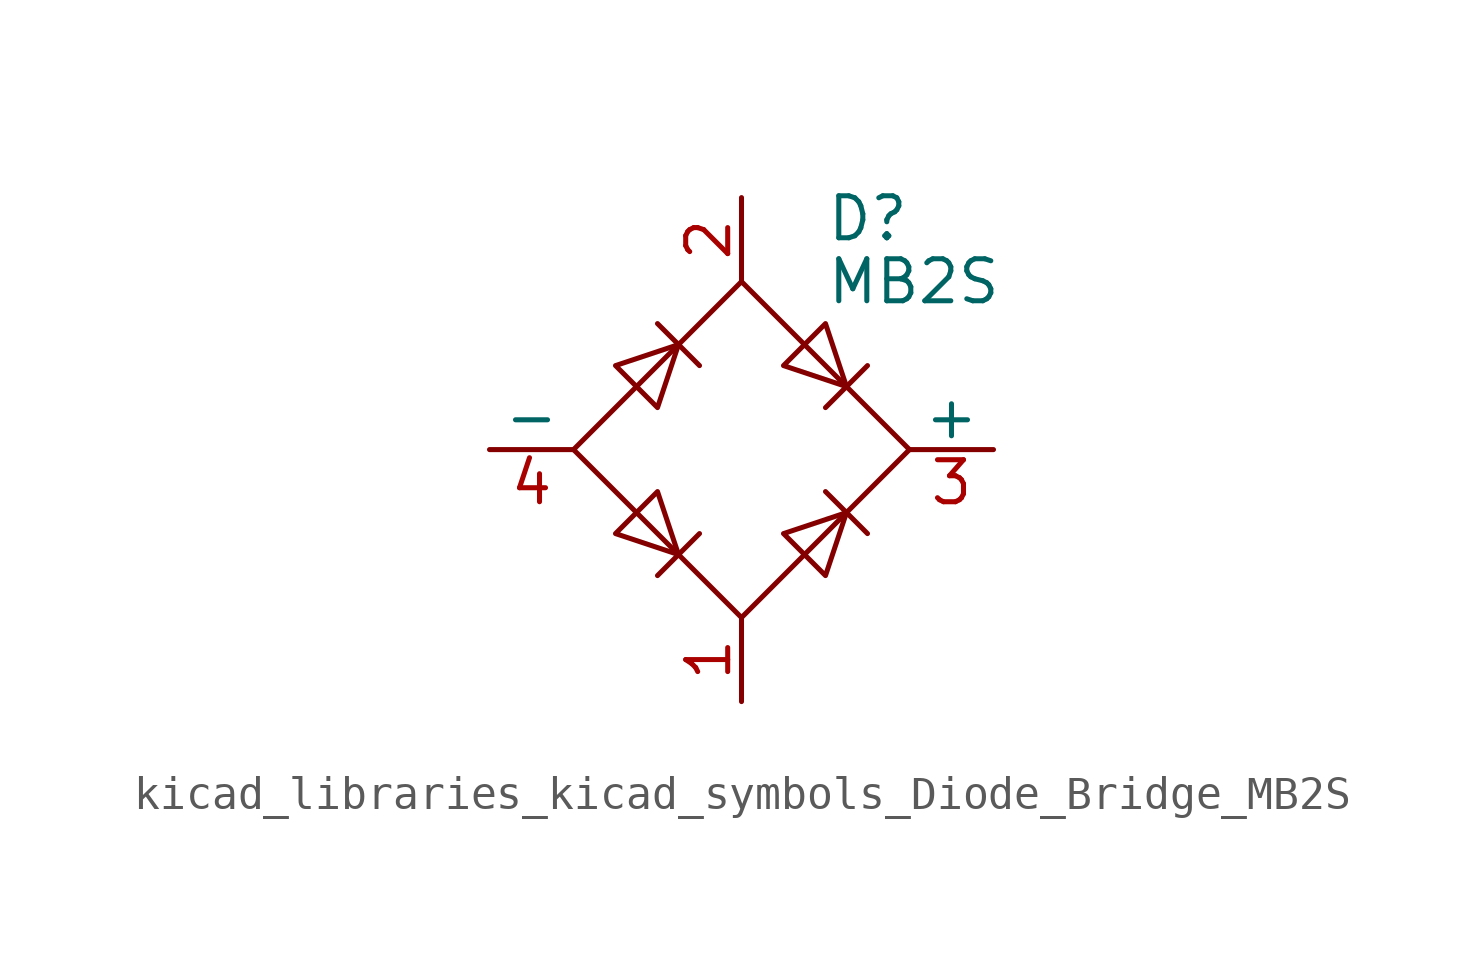
<source format=kicad_sym>
(kicad_symbol_lib
  (version 20220914)
  (generator kicad_symbol_editor)
  (symbol "kicad_libraries_kicad_symbols_Diode_Bridge_MB2S"
    (pin_names
      (offset 0))
    (property "Reference" "D"
      (at 2.54 6.985 0)
      (effects (font (size 1.27 1.27)) (justify left)))
    (property "Value" "MB2S"
      (at 2.54 5.08 0)
      (effects (font (size 1.27 1.27)) (justify left)))
    (symbol "kicad_libraries_kicad_symbols_Diode_Bridge_MB2S_0_1"
      (polyline (pts (xy -2.54 3.81) (xy -1.27 2.54)) (stroke (width 0) (type default)) (fill (type none)))
      (polyline (pts (xy -1.27 -2.54) (xy -2.54 -3.81)) (stroke (width 0) (type default)) (fill (type none)))
      (polyline (pts (xy 2.54 -1.27) (xy 3.81 -2.54)) (stroke (width 0) (type default)) (fill (type none)))
      (polyline (pts (xy 2.54 1.27) (xy 3.81 2.54)) (stroke (width 0) (type default)) (fill (type none)))
      (polyline (pts (xy -3.81 2.54) (xy -2.54 1.27) (xy -1.905 3.175) (xy -3.81 2.54)) (stroke (width 0) (type default)) (fill (type none)))
      (polyline (pts (xy -2.54 -1.27) (xy -3.81 -2.54) (xy -1.905 -3.175) (xy -2.54 -1.27)) (stroke (width 0) (type default)) (fill (type none)))
      (polyline (pts (xy 1.27 2.54) (xy 2.54 3.81) (xy 3.175 1.905) (xy 1.27 2.54)) (stroke (width 0) (type default)) (fill (type none)))
      (polyline (pts (xy 3.175 -1.905) (xy 1.27 -2.54) (xy 2.54 -3.81) (xy 3.175 -1.905)) (stroke (width 0) (type default)) (fill (type none)))
      (polyline (pts (xy -5.08 0) (xy 0 -5.08) (xy 5.08 0) (xy 0 5.08) (xy -5.08 0)) (stroke (width 0) (type default)) (fill (type none))))
    (symbol "kicad_libraries_kicad_symbols_Diode_Bridge_MB2S_1_1"
      (pin passive line (at 0 -7.62 90) (length 2.54) (name "~" (effects (font (size 1.27 1.27)))) (number "1" (effects (font (size 1.27 1.27)))))
      (pin passive line (at 0 7.62 270) (length 2.54) (name "~" (effects (font (size 1.27 1.27)))) (number "2" (effects (font (size 1.27 1.27)))))
      (pin passive line (at 7.62 0 180) (length 2.54) (name "+" (effects (font (size 1.27 1.27)))) (number "3" (effects (font (size 1.27 1.27)))))
      (pin passive line (at -7.62 0 0) (length 2.54) (name "-" (effects (font (size 1.27 1.27)))) (number "4" (effects (font (size 1.27 1.27))))))))
</source>
